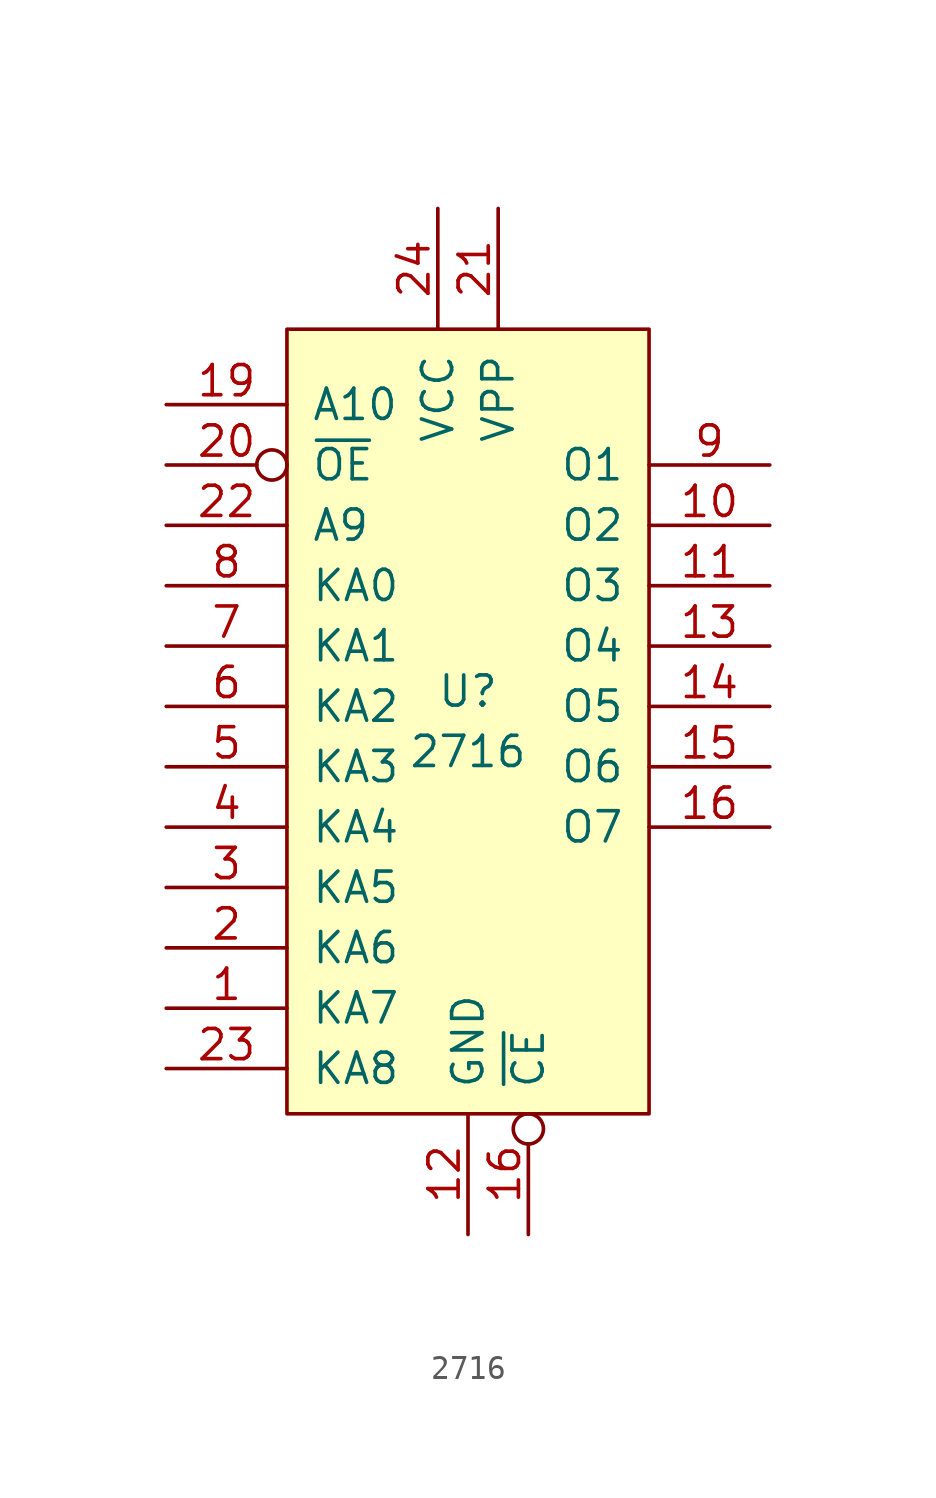
<source format=kicad_sym>
(kicad_symbol_lib
  (version 20220914)
  (generator kicad_symbol_editor)
  (symbol "2716"
    (pin_names
      (offset 1.016))
    (property "Reference" "U"
      (at 0 1.27 0)
      (effects (font (size 1.27 1.27))))
    (property "Value" "2716"
      (at 0 -1.27 0)
      (effects (font (size 1.27 1.27))))
    (symbol "2716_0_1"
      (rectangle (start -7.62 16.51) (end 7.62 -16.51) (stroke (width 0) (type solid)) (fill (type background))))
    (symbol "2716_1_1"
      (pin input line (at -12.7 -12.065 0) (length 5.08) (name "KA7" (effects (font (size 1.27 1.27)))) (number "1" (effects (font (size 1.27 1.27)))))
      (pin bidirectional line (at 12.7 8.255 180) (length 5.08) (name "O2" (effects (font (size 1.27 1.27)))) (number "10" (effects (font (size 1.27 1.27)))))
      (pin bidirectional line (at 12.7 5.715 180) (length 5.08) (name "O3" (effects (font (size 1.27 1.27)))) (number "11" (effects (font (size 1.27 1.27)))))
      (pin power_in line (at 0 -21.59 90) (length 5.08) (name "GND" (effects (font (size 1.27 1.27)))) (number "12" (effects (font (size 1.27 1.27)))))
      (pin bidirectional line (at 12.7 3.175 180) (length 5.08) (name "O4" (effects (font (size 1.27 1.27)))) (number "13" (effects (font (size 1.27 1.27)))))
      (pin bidirectional line (at 12.7 0.635 180) (length 5.08) (name "O5" (effects (font (size 1.27 1.27)))) (number "14" (effects (font (size 1.27 1.27)))))
      (pin bidirectional line (at 12.7 -1.905 180) (length 5.08) (name "O6" (effects (font (size 1.27 1.27)))) (number "15" (effects (font (size 1.27 1.27)))))
      (pin bidirectional line (at 12.7 -4.445 180) (length 5.08) (name "O7" (effects (font (size 1.27 1.27)))) (number "16" (effects (font (size 1.27 1.27)))))
      (pin input inverted (at 2.54 -21.59 90) (length 5.08) (name "~{CE}" (effects (font (size 1.27 1.27)))) (number "16" (effects (font (size 1.27 1.27)))))
      (pin input line (at -12.7 13.335 0) (length 5.08) (name "A10" (effects (font (size 1.27 1.27)))) (number "19" (effects (font (size 1.27 1.27)))))
      (pin input line (at -12.7 -9.525 0) (length 5.08) (name "KA6" (effects (font (size 1.27 1.27)))) (number "2" (effects (font (size 1.27 1.27)))))
      (pin input inverted (at -12.7 10.795 0) (length 5.08) (name "~{OE}" (effects (font (size 1.27 1.27)))) (number "20" (effects (font (size 1.27 1.27)))))
      (pin input line (at 1.27 21.59 270) (length 5.08) (name "VPP" (effects (font (size 1.27 1.27)))) (number "21" (effects (font (size 1.27 1.27)))))
      (pin input line (at -12.7 8.255 0) (length 5.08) (name "A9" (effects (font (size 1.27 1.27)))) (number "22" (effects (font (size 1.27 1.27)))))
      (pin input line (at -12.7 -14.605 0) (length 5.08) (name "KA8" (effects (font (size 1.27 1.27)))) (number "23" (effects (font (size 1.27 1.27)))))
      (pin power_in line (at -1.27 21.59 270) (length 5.08) (name "VCC" (effects (font (size 1.27 1.27)))) (number "24" (effects (font (size 1.27 1.27)))))
      (pin input line (at -12.7 -6.985 0) (length 5.08) (name "KA5" (effects (font (size 1.27 1.27)))) (number "3" (effects (font (size 1.27 1.27)))))
      (pin input line (at -12.7 -4.445 0) (length 5.08) (name "KA4" (effects (font (size 1.27 1.27)))) (number "4" (effects (font (size 1.27 1.27)))))
      (pin input line (at -12.7 -1.905 0) (length 5.08) (name "KA3" (effects (font (size 1.27 1.27)))) (number "5" (effects (font (size 1.27 1.27)))))
      (pin input line (at -12.7 0.635 0) (length 5.08) (name "KA2" (effects (font (size 1.27 1.27)))) (number "6" (effects (font (size 1.27 1.27)))))
      (pin input line (at -12.7 3.175 0) (length 5.08) (name "KA1" (effects (font (size 1.27 1.27)))) (number "7" (effects (font (size 1.27 1.27)))))
      (pin input line (at -12.7 5.715 0) (length 5.08) (name "KA0" (effects (font (size 1.27 1.27)))) (number "8" (effects (font (size 1.27 1.27)))))
      (pin bidirectional line (at 12.7 10.795 180) (length 5.08) (name "O1" (effects (font (size 1.27 1.27)))) (number "9" (effects (font (size 1.27 1.27))))))))
</source>
